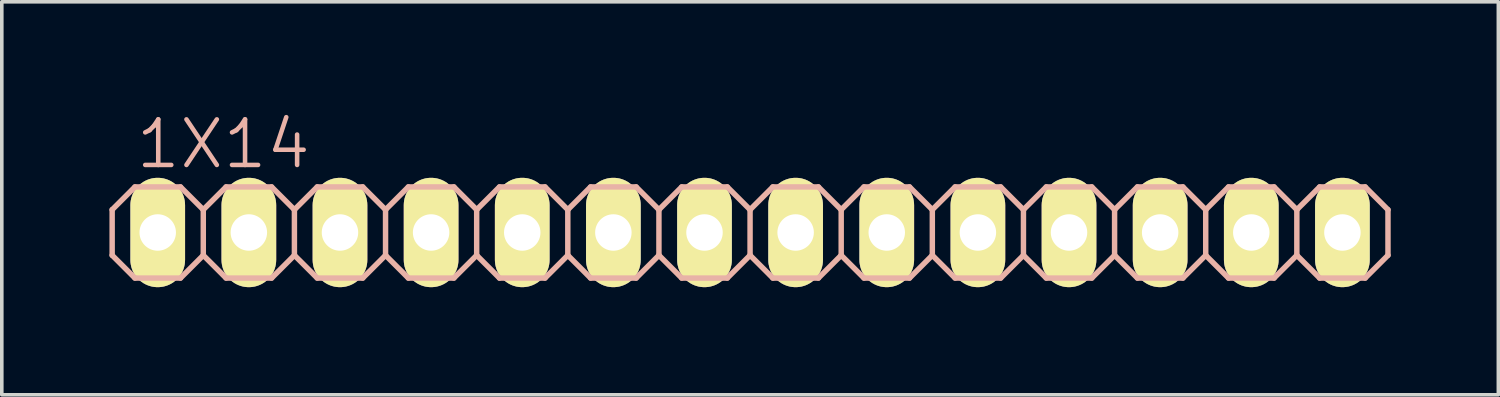
<source format=kicad_pcb>
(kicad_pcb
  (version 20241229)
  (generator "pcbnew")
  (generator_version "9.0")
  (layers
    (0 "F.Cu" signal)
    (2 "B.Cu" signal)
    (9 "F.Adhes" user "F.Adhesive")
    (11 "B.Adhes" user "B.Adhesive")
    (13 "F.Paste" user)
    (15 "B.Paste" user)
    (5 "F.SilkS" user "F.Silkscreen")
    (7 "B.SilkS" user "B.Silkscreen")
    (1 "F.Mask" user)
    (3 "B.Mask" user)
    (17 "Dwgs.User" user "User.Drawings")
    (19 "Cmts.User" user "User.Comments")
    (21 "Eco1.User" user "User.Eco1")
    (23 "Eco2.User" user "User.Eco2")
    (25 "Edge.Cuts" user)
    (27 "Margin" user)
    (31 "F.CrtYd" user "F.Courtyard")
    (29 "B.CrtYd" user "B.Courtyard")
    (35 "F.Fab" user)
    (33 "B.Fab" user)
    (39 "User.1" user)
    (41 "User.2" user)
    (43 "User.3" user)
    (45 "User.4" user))
  (footprint "1X14"
    (layer "F.Cu")
    (at 17.856 3.43)
    (property "Reference" "1X14" (at -14.681 -2.464 0) (layer "B.SilkS") (effects (font (size 1.27 1.27) (thickness 0.127))))
    (attr exclude_from_pos_files exclude_from_bom)
    (fp_line (start -16.764 -0.254) (end -16.256 -0.254) (stroke (width 0.066) (type solid)) (layer "F.SilkS"))
    (fp_line (start -16.764 0.254) (end -16.764 -0.254) (stroke (width 0.066) (type solid)) (layer "F.SilkS"))
    (fp_line (start -16.764 0.254) (end -16.256 0.254) (stroke (width 0.066) (type solid)) (layer "F.SilkS"))
    (fp_line (start -16.256 0.254) (end -16.256 -0.254) (stroke (width 0.066) (type solid)) (layer "F.SilkS"))
    (fp_line (start -14.224 -0.254) (end -13.716 -0.254) (stroke (width 0.066) (type solid)) (layer "F.SilkS"))
    (fp_line (start -14.224 0.254) (end -14.224 -0.254) (stroke (width 0.066) (type solid)) (layer "F.SilkS"))
    (fp_line (start -14.224 0.254) (end -13.716 0.254) (stroke (width 0.066) (type solid)) (layer "F.SilkS"))
    (fp_line (start -13.716 0.254) (end -13.716 -0.254) (stroke (width 0.066) (type solid)) (layer "F.SilkS"))
    (fp_line (start -11.684 -0.254) (end -11.176 -0.254) (stroke (width 0.066) (type solid)) (layer "F.SilkS"))
    (fp_line (start -11.684 0.254) (end -11.684 -0.254) (stroke (width 0.066) (type solid)) (layer "F.SilkS"))
    (fp_line (start -11.684 0.254) (end -11.176 0.254) (stroke (width 0.066) (type solid)) (layer "F.SilkS"))
    (fp_line (start -11.176 0.254) (end -11.176 -0.254) (stroke (width 0.066) (type solid)) (layer "F.SilkS"))
    (fp_line (start -9.144 -0.254) (end -8.636 -0.254) (stroke (width 0.066) (type solid)) (layer "F.SilkS"))
    (fp_line (start -9.144 0.254) (end -9.144 -0.254) (stroke (width 0.066) (type solid)) (layer "F.SilkS"))
    (fp_line (start -9.144 0.254) (end -8.636 0.254) (stroke (width 0.066) (type solid)) (layer "F.SilkS"))
    (fp_line (start -8.636 0.254) (end -8.636 -0.254) (stroke (width 0.066) (type solid)) (layer "F.SilkS"))
    (fp_line (start -6.604 -0.254) (end -6.096 -0.254) (stroke (width 0.066) (type solid)) (layer "F.SilkS"))
    (fp_line (start -6.604 0.254) (end -6.604 -0.254) (stroke (width 0.066) (type solid)) (layer "F.SilkS"))
    (fp_line (start -6.604 0.254) (end -6.096 0.254) (stroke (width 0.066) (type solid)) (layer "F.SilkS"))
    (fp_line (start -6.096 0.254) (end -6.096 -0.254) (stroke (width 0.066) (type solid)) (layer "F.SilkS"))
    (fp_line (start -4.064 -0.254) (end -3.556 -0.254) (stroke (width 0.066) (type solid)) (layer "F.SilkS"))
    (fp_line (start -4.064 0.254) (end -4.064 -0.254) (stroke (width 0.066) (type solid)) (layer "F.SilkS"))
    (fp_line (start -4.064 0.254) (end -3.556 0.254) (stroke (width 0.066) (type solid)) (layer "F.SilkS"))
    (fp_line (start -3.556 0.254) (end -3.556 -0.254) (stroke (width 0.066) (type solid)) (layer "F.SilkS"))
    (fp_line (start -1.524 -0.254) (end -1.016 -0.254) (stroke (width 0.066) (type solid)) (layer "F.SilkS"))
    (fp_line (start -1.524 0.254) (end -1.524 -0.254) (stroke (width 0.066) (type solid)) (layer "F.SilkS"))
    (fp_line (start -1.524 0.254) (end -1.016 0.254) (stroke (width 0.066) (type solid)) (layer "F.SilkS"))
    (fp_line (start -1.016 0.254) (end -1.016 -0.254) (stroke (width 0.066) (type solid)) (layer "F.SilkS"))
    (fp_line (start 1.016 -0.254) (end 1.524 -0.254) (stroke (width 0.066) (type solid)) (layer "F.SilkS"))
    (fp_line (start 1.016 0.254) (end 1.016 -0.254) (stroke (width 0.066) (type solid)) (layer "F.SilkS"))
    (fp_line (start 1.016 0.254) (end 1.524 0.254) (stroke (width 0.066) (type solid)) (layer "F.SilkS"))
    (fp_line (start 1.524 0.254) (end 1.524 -0.254) (stroke (width 0.066) (type solid)) (layer "F.SilkS"))
    (fp_line (start 3.556 -0.254) (end 4.064 -0.254) (stroke (width 0.066) (type solid)) (layer "F.SilkS"))
    (fp_line (start 3.556 0.254) (end 3.556 -0.254) (stroke (width 0.066) (type solid)) (layer "F.SilkS"))
    (fp_line (start 3.556 0.254) (end 4.064 0.254) (stroke (width 0.066) (type solid)) (layer "F.SilkS"))
    (fp_line (start 4.064 0.254) (end 4.064 -0.254) (stroke (width 0.066) (type solid)) (layer "F.SilkS"))
    (fp_line (start 6.096 -0.254) (end 6.604 -0.254) (stroke (width 0.066) (type solid)) (layer "F.SilkS"))
    (fp_line (start 6.096 0.254) (end 6.096 -0.254) (stroke (width 0.066) (type solid)) (layer "F.SilkS"))
    (fp_line (start 6.096 0.254) (end 6.604 0.254) (stroke (width 0.066) (type solid)) (layer "F.SilkS"))
    (fp_line (start 6.604 0.254) (end 6.604 -0.254) (stroke (width 0.066) (type solid)) (layer "F.SilkS"))
    (fp_line (start 8.636 -0.254) (end 9.144 -0.254) (stroke (width 0.066) (type solid)) (layer "F.SilkS"))
    (fp_line (start 8.636 0.254) (end 8.636 -0.254) (stroke (width 0.066) (type solid)) (layer "F.SilkS"))
    (fp_line (start 8.636 0.254) (end 9.144 0.254) (stroke (width 0.066) (type solid)) (layer "F.SilkS"))
    (fp_line (start 9.144 0.254) (end 9.144 -0.254) (stroke (width 0.066) (type solid)) (layer "F.SilkS"))
    (fp_line (start 11.176 -0.254) (end 11.684 -0.254) (stroke (width 0.066) (type solid)) (layer "F.SilkS"))
    (fp_line (start 11.176 0.254) (end 11.176 -0.254) (stroke (width 0.066) (type solid)) (layer "F.SilkS"))
    (fp_line (start 11.176 0.254) (end 11.684 0.254) (stroke (width 0.066) (type solid)) (layer "F.SilkS"))
    (fp_line (start 11.684 0.254) (end 11.684 -0.254) (stroke (width 0.066) (type solid)) (layer "F.SilkS"))
    (fp_line (start 13.716 -0.254) (end 14.224 -0.254) (stroke (width 0.066) (type solid)) (layer "F.SilkS"))
    (fp_line (start 13.716 0.254) (end 13.716 -0.254) (stroke (width 0.066) (type solid)) (layer "F.SilkS"))
    (fp_line (start 13.716 0.254) (end 14.224 0.254) (stroke (width 0.066) (type solid)) (layer "F.SilkS"))
    (fp_line (start 14.224 0.254) (end 14.224 -0.254) (stroke (width 0.066) (type solid)) (layer "F.SilkS"))
    (fp_line (start 16.256 -0.254) (end 16.764 -0.254) (stroke (width 0.066) (type solid)) (layer "F.SilkS"))
    (fp_line (start 16.256 0.254) (end 16.256 -0.254) (stroke (width 0.066) (type solid)) (layer "F.SilkS"))
    (fp_line (start 16.256 0.254) (end 16.764 0.254) (stroke (width 0.066) (type solid)) (layer "F.SilkS"))
    (fp_line (start 16.764 0.254) (end 16.764 -0.254) (stroke (width 0.066) (type solid)) (layer "F.SilkS"))
    (fp_line (start -17.78 -0.635) (end -17.78 0.635) (stroke (width 0.152) (type solid)) (layer "B.SilkS"))
    (fp_line (start -17.78 0.635) (end -17.145 1.27) (stroke (width 0.152) (type solid)) (layer "B.SilkS"))
    (fp_line (start -17.145 -1.27) (end -17.78 -0.635) (stroke (width 0.152) (type solid)) (layer "B.SilkS"))
    (fp_line (start -17.145 -1.27) (end -15.875 -1.27) (stroke (width 0.152) (type solid)) (layer "B.SilkS"))
    (fp_line (start -15.875 -1.27) (end -15.24 -0.635) (stroke (width 0.152) (type solid)) (layer "B.SilkS"))
    (fp_line (start -15.875 1.27) (end -17.145 1.27) (stroke (width 0.152) (type solid)) (layer "B.SilkS"))
    (fp_line (start -15.24 -0.635) (end -15.24 0.635) (stroke (width 0.152) (type solid)) (layer "B.SilkS"))
    (fp_line (start -15.24 -0.635) (end -14.605 -1.27) (stroke (width 0.152) (type solid)) (layer "B.SilkS"))
    (fp_line (start -15.24 0.635) (end -15.875 1.27) (stroke (width 0.152) (type solid)) (layer "B.SilkS"))
    (fp_line (start -14.605 -1.27) (end -13.335 -1.27) (stroke (width 0.152) (type solid)) (layer "B.SilkS"))
    (fp_line (start -14.605 1.27) (end -15.24 0.635) (stroke (width 0.152) (type solid)) (layer "B.SilkS"))
    (fp_line (start -13.335 -1.27) (end -12.7 -0.635) (stroke (width 0.152) (type solid)) (layer "B.SilkS"))
    (fp_line (start -13.335 1.27) (end -14.605 1.27) (stroke (width 0.152) (type solid)) (layer "B.SilkS"))
    (fp_line (start -12.7 -0.635) (end -12.7 0.635) (stroke (width 0.152) (type solid)) (layer "B.SilkS"))
    (fp_line (start -12.7 -0.635) (end -12.065 -1.27) (stroke (width 0.152) (type solid)) (layer "B.SilkS"))
    (fp_line (start -12.7 0.635) (end -13.335 1.27) (stroke (width 0.152) (type solid)) (layer "B.SilkS"))
    (fp_line (start -12.065 -1.27) (end -10.795 -1.27) (stroke (width 0.152) (type solid)) (layer "B.SilkS"))
    (fp_line (start -12.065 1.27) (end -12.7 0.635) (stroke (width 0.152) (type solid)) (layer "B.SilkS"))
    (fp_line (start -10.795 -1.27) (end -10.16 -0.635) (stroke (width 0.152) (type solid)) (layer "B.SilkS"))
    (fp_line (start -10.795 1.27) (end -12.065 1.27) (stroke (width 0.152) (type solid)) (layer "B.SilkS"))
    (fp_line (start -10.16 -0.635) (end -10.16 0.635) (stroke (width 0.152) (type solid)) (layer "B.SilkS"))
    (fp_line (start -10.16 0.635) (end -10.795 1.27) (stroke (width 0.152) (type solid)) (layer "B.SilkS"))
    (fp_line (start -10.16 0.635) (end -9.525 1.27) (stroke (width 0.152) (type solid)) (layer "B.SilkS"))
    (fp_line (start -9.525 -1.27) (end -10.16 -0.635) (stroke (width 0.152) (type solid)) (layer "B.SilkS"))
    (fp_line (start -9.525 -1.27) (end -8.255 -1.27) (stroke (width 0.152) (type solid)) (layer "B.SilkS"))
    (fp_line (start -8.255 -1.27) (end -7.62 -0.635) (stroke (width 0.152) (type solid)) (layer "B.SilkS"))
    (fp_line (start -8.255 1.27) (end -9.525 1.27) (stroke (width 0.152) (type solid)) (layer "B.SilkS"))
    (fp_line (start -7.62 -0.635) (end -7.62 0.635) (stroke (width 0.152) (type solid)) (layer "B.SilkS"))
    (fp_line (start -7.62 -0.635) (end -6.985 -1.27) (stroke (width 0.152) (type solid)) (layer "B.SilkS"))
    (fp_line (start -7.62 0.635) (end -8.255 1.27) (stroke (width 0.152) (type solid)) (layer "B.SilkS"))
    (fp_line (start -6.985 -1.27) (end -5.715 -1.27) (stroke (width 0.152) (type solid)) (layer "B.SilkS"))
    (fp_line (start -6.985 1.27) (end -7.62 0.635) (stroke (width 0.152) (type solid)) (layer "B.SilkS"))
    (fp_line (start -5.715 -1.27) (end -5.08 -0.635) (stroke (width 0.152) (type solid)) (layer "B.SilkS"))
    (fp_line (start -5.715 1.27) (end -6.985 1.27) (stroke (width 0.152) (type solid)) (layer "B.SilkS"))
    (fp_line (start -5.08 -0.635) (end -5.08 0.635) (stroke (width 0.152) (type solid)) (layer "B.SilkS"))
    (fp_line (start -5.08 -0.635) (end -4.445 -1.27) (stroke (width 0.152) (type solid)) (layer "B.SilkS"))
    (fp_line (start -5.08 0.635) (end -5.715 1.27) (stroke (width 0.152) (type solid)) (layer "B.SilkS"))
    (fp_line (start -4.445 -1.27) (end -3.175 -1.27) (stroke (width 0.152) (type solid)) (layer "B.SilkS"))
    (fp_line (start -4.445 1.27) (end -5.08 0.635) (stroke (width 0.152) (type solid)) (layer "B.SilkS"))
    (fp_line (start -3.175 -1.27) (end -2.54 -0.635) (stroke (width 0.152) (type solid)) (layer "B.SilkS"))
    (fp_line (start -3.175 1.27) (end -4.445 1.27) (stroke (width 0.152) (type solid)) (layer "B.SilkS"))
    (fp_line (start -2.54 -0.635) (end -2.54 0.635) (stroke (width 0.152) (type solid)) (layer "B.SilkS"))
    (fp_line (start -2.54 0.635) (end -3.175 1.27) (stroke (width 0.152) (type solid)) (layer "B.SilkS"))
    (fp_line (start -2.54 0.635) (end -1.905 1.27) (stroke (width 0.152) (type solid)) (layer "B.SilkS"))
    (fp_line (start -1.905 -1.27) (end -2.54 -0.635) (stroke (width 0.152) (type solid)) (layer "B.SilkS"))
    (fp_line (start -1.905 -1.27) (end -0.635 -1.27) (stroke (width 0.152) (type solid)) (layer "B.SilkS"))
    (fp_line (start -0.635 -1.27) (end 0 -0.635) (stroke (width 0.152) (type solid)) (layer "B.SilkS"))
    (fp_line (start -0.635 1.27) (end -1.905 1.27) (stroke (width 0.152) (type solid)) (layer "B.SilkS"))
    (fp_line (start 0 -0.635) (end 0 0.635) (stroke (width 0.152) (type solid)) (layer "B.SilkS"))
    (fp_line (start 0 -0.635) (end 0.635 -1.27) (stroke (width 0.152) (type solid)) (layer "B.SilkS"))
    (fp_line (start 0 0.635) (end -0.635 1.27) (stroke (width 0.152) (type solid)) (layer "B.SilkS"))
    (fp_line (start 0.635 -1.27) (end 1.905 -1.27) (stroke (width 0.152) (type solid)) (layer "B.SilkS"))
    (fp_line (start 0.635 1.27) (end 0 0.635) (stroke (width 0.152) (type solid)) (layer "B.SilkS"))
    (fp_line (start 1.905 -1.27) (end 2.54 -0.635) (stroke (width 0.152) (type solid)) (layer "B.SilkS"))
    (fp_line (start 1.905 1.27) (end 0.635 1.27) (stroke (width 0.152) (type solid)) (layer "B.SilkS"))
    (fp_line (start 2.54 -0.635) (end 2.54 0.635) (stroke (width 0.152) (type solid)) (layer "B.SilkS"))
    (fp_line (start 2.54 -0.635) (end 3.175 -1.27) (stroke (width 0.152) (type solid)) (layer "B.SilkS"))
    (fp_line (start 2.54 0.635) (end 1.905 1.27) (stroke (width 0.152) (type solid)) (layer "B.SilkS"))
    (fp_line (start 3.175 -1.27) (end 4.445 -1.27) (stroke (width 0.152) (type solid)) (layer "B.SilkS"))
    (fp_line (start 3.175 1.27) (end 2.54 0.635) (stroke (width 0.152) (type solid)) (layer "B.SilkS"))
    (fp_line (start 4.445 -1.27) (end 5.08 -0.635) (stroke (width 0.152) (type solid)) (layer "B.SilkS"))
    (fp_line (start 4.445 1.27) (end 3.175 1.27) (stroke (width 0.152) (type solid)) (layer "B.SilkS"))
    (fp_line (start 5.08 -0.635) (end 5.08 0.635) (stroke (width 0.152) (type solid)) (layer "B.SilkS"))
    (fp_line (start 5.08 0.635) (end 4.445 1.27) (stroke (width 0.152) (type solid)) (layer "B.SilkS"))
    (fp_line (start 5.08 0.635) (end 5.715 1.27) (stroke (width 0.152) (type solid)) (layer "B.SilkS"))
    (fp_line (start 5.715 -1.27) (end 5.08 -0.635) (stroke (width 0.152) (type solid)) (layer "B.SilkS"))
    (fp_line (start 5.715 -1.27) (end 6.985 -1.27) (stroke (width 0.152) (type solid)) (layer "B.SilkS"))
    (fp_line (start 6.985 -1.27) (end 7.62 -0.635) (stroke (width 0.152) (type solid)) (layer "B.SilkS"))
    (fp_line (start 6.985 1.27) (end 5.715 1.27) (stroke (width 0.152) (type solid)) (layer "B.SilkS"))
    (fp_line (start 7.62 -0.635) (end 7.62 0.635) (stroke (width 0.152) (type solid)) (layer "B.SilkS"))
    (fp_line (start 7.62 -0.635) (end 8.255 -1.27) (stroke (width 0.152) (type solid)) (layer "B.SilkS"))
    (fp_line (start 7.62 0.635) (end 6.985 1.27) (stroke (width 0.152) (type solid)) (layer "B.SilkS"))
    (fp_line (start 8.255 -1.27) (end 9.525 -1.27) (stroke (width 0.152) (type solid)) (layer "B.SilkS"))
    (fp_line (start 8.255 1.27) (end 7.62 0.635) (stroke (width 0.152) (type solid)) (layer "B.SilkS"))
    (fp_line (start 9.525 -1.27) (end 10.16 -0.635) (stroke (width 0.152) (type solid)) (layer "B.SilkS"))
    (fp_line (start 9.525 1.27) (end 8.255 1.27) (stroke (width 0.152) (type solid)) (layer "B.SilkS"))
    (fp_line (start 10.16 -0.635) (end 10.16 0.635) (stroke (width 0.152) (type solid)) (layer "B.SilkS"))
    (fp_line (start 10.16 -0.635) (end 10.795 -1.27) (stroke (width 0.152) (type solid)) (layer "B.SilkS"))
    (fp_line (start 10.16 0.635) (end 9.525 1.27) (stroke (width 0.152) (type solid)) (layer "B.SilkS"))
    (fp_line (start 10.795 -1.27) (end 12.065 -1.27) (stroke (width 0.152) (type solid)) (layer "B.SilkS"))
    (fp_line (start 10.795 1.27) (end 10.16 0.635) (stroke (width 0.152) (type solid)) (layer "B.SilkS"))
    (fp_line (start 12.065 -1.27) (end 12.7 -0.635) (stroke (width 0.152) (type solid)) (layer "B.SilkS"))
    (fp_line (start 12.065 1.27) (end 10.795 1.27) (stroke (width 0.152) (type solid)) (layer "B.SilkS"))
    (fp_line (start 12.7 -0.635) (end 12.7 0.635) (stroke (width 0.152) (type solid)) (layer "B.SilkS"))
    (fp_line (start 12.7 0.635) (end 12.065 1.27) (stroke (width 0.152) (type solid)) (layer "B.SilkS"))
    (fp_line (start 12.7 0.635) (end 13.335 1.27) (stroke (width 0.152) (type solid)) (layer "B.SilkS"))
    (fp_line (start 13.335 -1.27) (end 12.7 -0.635) (stroke (width 0.152) (type solid)) (layer "B.SilkS"))
    (fp_line (start 13.335 -1.27) (end 14.605 -1.27) (stroke (width 0.152) (type solid)) (layer "B.SilkS"))
    (fp_line (start 14.605 -1.27) (end 15.24 -0.635) (stroke (width 0.152) (type solid)) (layer "B.SilkS"))
    (fp_line (start 14.605 1.27) (end 13.335 1.27) (stroke (width 0.152) (type solid)) (layer "B.SilkS"))
    (fp_line (start 15.24 -0.635) (end 15.24 0.635) (stroke (width 0.152) (type solid)) (layer "B.SilkS"))
    (fp_line (start 15.24 -0.635) (end 15.875 -1.27) (stroke (width 0.152) (type solid)) (layer "B.SilkS"))
    (fp_line (start 15.24 0.635) (end 14.605 1.27) (stroke (width 0.152) (type solid)) (layer "B.SilkS"))
    (fp_line (start 15.875 -1.27) (end 17.145 -1.27) (stroke (width 0.152) (type solid)) (layer "B.SilkS"))
    (fp_line (start 15.875 1.27) (end 15.24 0.635) (stroke (width 0.152) (type solid)) (layer "B.SilkS"))
    (fp_line (start 17.145 -1.27) (end 17.78 -0.635) (stroke (width 0.152) (type solid)) (layer "B.SilkS"))
    (fp_line (start 17.145 1.27) (end 15.875 1.27) (stroke (width 0.152) (type solid)) (layer "B.SilkS"))
    (fp_line (start 17.78 -0.635) (end 17.78 0.635) (stroke (width 0.152) (type solid)) (layer "B.SilkS"))
    (fp_line (start 17.78 0.635) (end 17.145 1.27) (stroke (width 0.152) (type solid)) (layer "B.SilkS"))
    (pad "1" thru_hole oval (at -16.51 0 180) (size 1.524 3.048) (drill 1.016) (layers "*.Cu" "F.Mask" "F.SilkS" "F.Paste"))
    (pad "2" thru_hole oval (at -13.97 0 180) (size 1.524 3.048) (drill 1.016) (layers "*.Cu" "F.Mask" "F.SilkS" "F.Paste"))
    (pad "3" thru_hole oval (at -11.43 0 180) (size 1.524 3.048) (drill 1.016) (layers "*.Cu" "F.Mask" "F.SilkS" "F.Paste"))
    (pad "4" thru_hole oval (at -8.89 0 180) (size 1.524 3.048) (drill 1.016) (layers "*.Cu" "F.Mask" "F.SilkS" "F.Paste"))
    (pad "5" thru_hole oval (at -6.35 0 180) (size 1.524 3.048) (drill 1.016) (layers "*.Cu" "F.Mask" "F.SilkS" "F.Paste"))
    (pad "6" thru_hole oval (at -3.81 0 180) (size 1.524 3.048) (drill 1.016) (layers "*.Cu" "F.Mask" "F.SilkS" "F.Paste"))
    (pad "7" thru_hole oval (at -1.27 0 180) (size 1.524 3.048) (drill 1.016) (layers "*.Cu" "F.Mask" "F.SilkS" "F.Paste"))
    (pad "8" thru_hole oval (at 1.27 0 180) (size 1.524 3.048) (drill 1.016) (layers "*.Cu" "F.Mask" "F.SilkS" "F.Paste"))
    (pad "9" thru_hole oval (at 3.81 0 180) (size 1.524 3.048) (drill 1.016) (layers "*.Cu" "F.Mask" "F.SilkS" "F.Paste"))
    (pad "10" thru_hole oval (at 6.35 0 180) (size 1.524 3.048) (drill 1.016) (layers "*.Cu" "F.Mask" "F.SilkS" "F.Paste"))
    (pad "11" thru_hole oval (at 8.89 0 180) (size 1.524 3.048) (drill 1.016) (layers "*.Cu" "F.Mask" "F.SilkS" "F.Paste"))
    (pad "12" thru_hole oval (at 11.43 0 180) (size 1.524 3.048) (drill 1.016) (layers "*.Cu" "F.Mask" "F.SilkS" "F.Paste"))
    (pad "13" thru_hole oval (at 13.97 0 180) (size 1.524 3.048) (drill 1.016) (layers "*.Cu" "F.Mask" "F.SilkS" "F.Paste"))
    (pad "14" thru_hole oval (at 16.51 0 180) (size 1.524 3.048) (drill 1.016) (layers "*.Cu" "F.Mask" "F.SilkS" "F.Paste")))
  (gr_rect
    (start -3 -3)
    (end 38.712 7.954)
    (stroke (width 0.1) (type default))
    (fill no)
    (layer "Edge.Cuts")))
</source>
